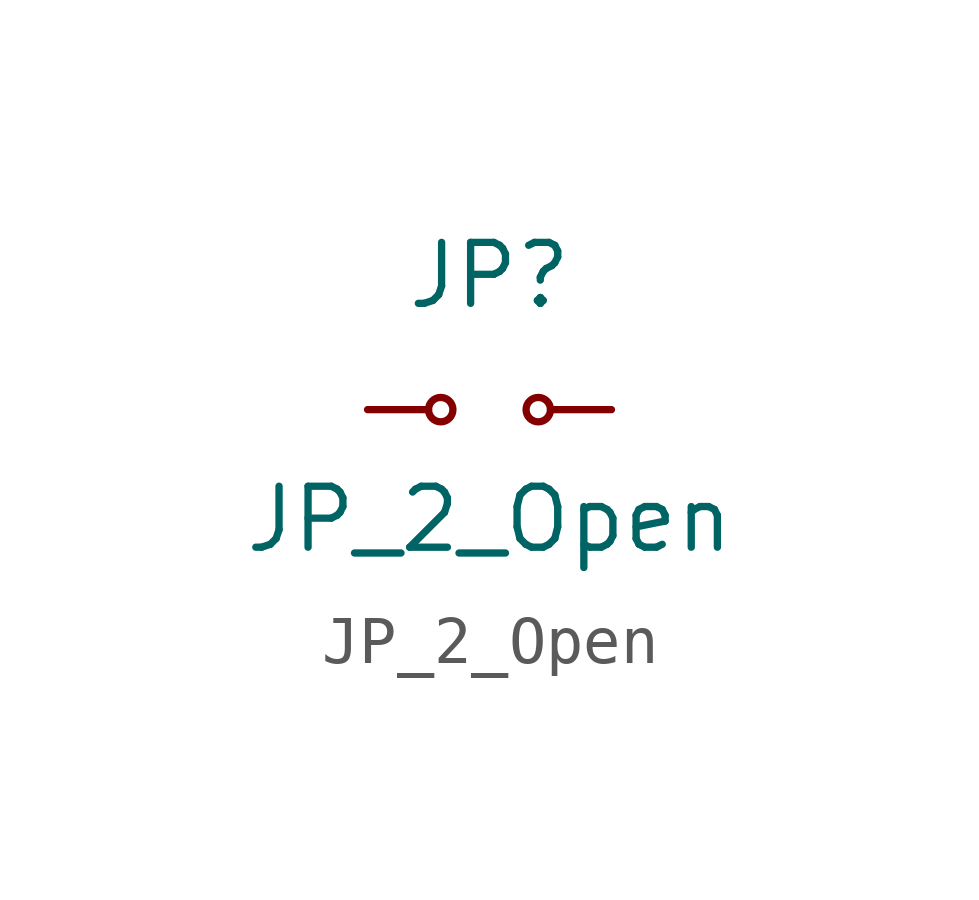
<source format=kicad_sym>
(kicad_symbol_lib
  (version 20231120)
  (generator "kicad_symbol_editor")
  (generator_version "8.0")
  (symbol "JP_2_Open"
    (pin_numbers hide)
    (pin_names
      (offset 0) hide)
    (property "Reference" "JP"
      (at 0 2.794 0)
      (effects (font (size 1.27 1.27))))
    (property "Value" "JP_2_Open"
      (at 0 -2.286 0)
      (effects (font (size 1.27 1.27))))
    (symbol "JP_2_Open_0_0"
      (circle (center -1.016 0) (radius 0.254) (stroke (width 0) (type default)) (fill (type none)))
      (circle (center 1.016 0) (radius 0.254) (stroke (width 0) (type default)) (fill (type none))))
    (symbol "JP_2_Open_1_1"
      (pin passive line (at -2.54 0 0) (length 1.27) (name "A" (effects (font (size 1.27 1.27)))) (number "1" (effects (font (size 1.27 1.27)))))
      (pin passive line (at 2.54 0 180) (length 1.27) (name "B" (effects (font (size 1.27 1.27)))) (number "2" (effects (font (size 1.27 1.27))))))))
</source>
